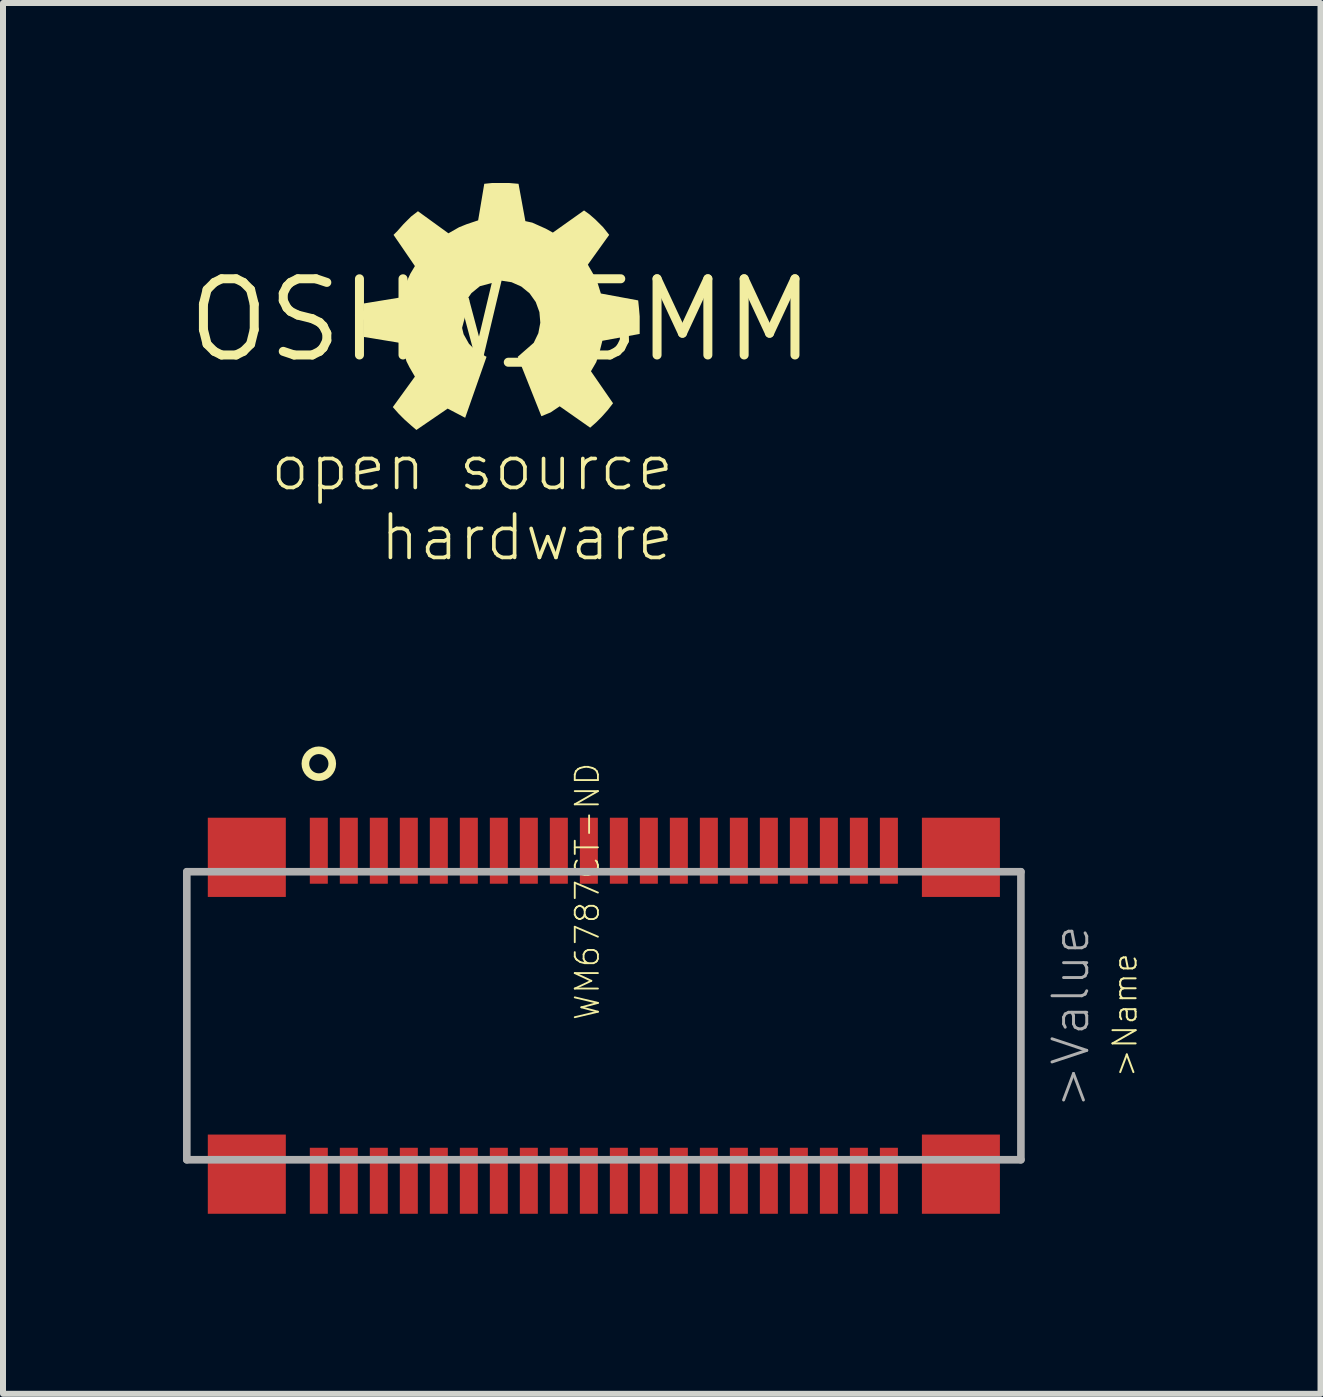
<source format=kicad_pcb>
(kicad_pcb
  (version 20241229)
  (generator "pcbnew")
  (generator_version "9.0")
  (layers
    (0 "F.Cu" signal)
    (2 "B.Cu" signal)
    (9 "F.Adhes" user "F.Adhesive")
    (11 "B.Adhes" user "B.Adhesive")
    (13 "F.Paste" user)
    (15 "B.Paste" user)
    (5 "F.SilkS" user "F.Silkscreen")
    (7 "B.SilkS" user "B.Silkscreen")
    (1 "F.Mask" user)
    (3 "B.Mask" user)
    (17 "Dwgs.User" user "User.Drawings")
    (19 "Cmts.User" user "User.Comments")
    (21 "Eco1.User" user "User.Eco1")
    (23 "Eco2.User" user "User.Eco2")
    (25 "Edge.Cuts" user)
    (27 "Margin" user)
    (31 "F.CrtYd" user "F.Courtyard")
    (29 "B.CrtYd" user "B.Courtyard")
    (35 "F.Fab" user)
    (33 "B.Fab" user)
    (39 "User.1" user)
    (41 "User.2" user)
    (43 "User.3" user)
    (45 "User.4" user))
  (footprint "OSHW_5MM"
    (layer "F.Cu")
    (at 5.299 2.286)
    (property "Reference" "OSHW_5MM" (at 0 0 0) (layer "F.SilkS") (effects (font (size 1.27 1.27) (thickness 0.15))))
    (attr through_hole)
    (fp_poly (pts (xy -0.241 0.61) (xy -0.402 0.522) (xy -0.533 0.394) (xy -0.623 0.234) (xy -0.666 0.056) (xy -0.657 -0.127) (xy -0.598 -0.301) (xy -0.493 -0.451) (xy -0.351 -0.567) (xy 0 -0.66) (xy 0.000001 -0.66) (xy 0.176 -0.633) (xy 0.338 -0.561) (xy 0.476 -0.448) (xy 0.579 -0.303) (xy 0.64 -0.135) (xy 0.655 0.042) (xy 0.622 0.217) (xy 0.545 0.377) (xy 0.279 0.61) (xy 0.673 1.6) (xy 0.826 1.537) (xy 0.978 1.435) (xy 1.486 1.791) (xy 1.587 1.702) (xy 1.676 1.613) (xy 1.778 1.499) (xy 1.867 1.384) (xy 1.499 0.851) (xy 1.587 0.699) (xy 1.638 0.546) (xy 1.689 0.343) (xy 2.311 0.229) (xy 2.311 0.051) (xy 2.311 -0.064) (xy 2.299 -0.203) (xy 2.286 -0.33) (xy 1.664 -0.445) (xy 1.613 -0.61) (xy 1.549 -0.749) (xy 1.46 -0.902) (xy 1.448 -0.927) (xy 1.803 -1.422) (xy 1.702 -1.549) (xy 1.575 -1.676) (xy 1.473 -1.765) (xy 1.384 -1.829) (xy 0.864 -1.46) (xy 0.749 -1.524) (xy 0.635 -1.575) (xy 0.521 -1.626) (xy 0.406 -1.651) (xy 0.292 -2.273) (xy 0.14 -2.286) (xy -0.038 -2.286) (xy -0.152 -2.286) (xy -0.279 -2.273) (xy -0.381 -1.664) (xy -0.572 -1.6) (xy -0.699 -1.549) (xy -0.876 -1.448) (xy -1.384 -1.816) (xy -1.499 -1.727) (xy -1.626 -1.6) (xy -1.727 -1.486) (xy -1.791 -1.422) (xy -1.435 -0.902) (xy -1.511 -0.775) (xy -1.587 -0.61) (xy -1.626 -0.47) (xy -1.664 -0.381) (xy -2.286 -0.279) (xy -2.286 0.279) (xy -1.664 0.381) (xy -1.613 0.559) (xy -1.575 0.686) (xy -1.524 0.787) (xy -1.435 0.94) (xy -1.803 1.448) (xy -1.702 1.562) (xy -1.613 1.651) (xy -1.499 1.753) (xy -1.41 1.829) (xy -0.889 1.473) (xy -0.597 1.626)) (stroke (width 0) (type solid)) (fill yes) (layer "F.SilkS"))
    (fp_text user "open source\n  hardware" (at 2.921 2.032 0) (layer "F.SilkS") (effects (font (size 0.724 0.724) (thickness 0.061)) (justify right top))))
  (footprint "WM6787CT-ND"
    (layer "F.Cu")
    (at 6.963 13.977)
    (property "Reference" "WM6787CT-ND" (at 0 0 270) (layer "F.SilkS") (effects (font (size 0.386 0.386) (thickness 0.031)) (justify left bottom)))
    (attr through_hole)
    (fp_circle (center -4.7 -4.3) (end -4.476 -4.3) (stroke (width 0.127) (type solid)) (fill no) (layer "F.SilkS"))
    (fp_line (start -6.9 -2.5) (end -6.9 2.3) (stroke (width 0.127) (type solid)) (layer "F.Fab"))
    (fp_line (start -6.9 2.3) (end 7 2.3) (stroke (width 0.127) (type solid)) (layer "F.Fab"))
    (fp_line (start 7 -2.5) (end -6.9 -2.5) (stroke (width 0.127) (type solid)) (layer "F.Fab"))
    (fp_line (start 7 2.3) (end 7 -2.5) (stroke (width 0.127) (type solid)) (layer "F.Fab"))
    (fp_text user ">Name" (at 8.509 -1.168 90) (layer "F.SilkS") (effects (font (size 0.386 0.386) (thickness 0.033)) (justify right top)))
    (fp_text user ">Value" (at 7.493 -1.651 90) (layer "F.Fab") (effects (font (size 0.579 0.579) (thickness 0.049)) (justify right top)))
    (pad "P$1" smd rect (at -4.7 -2.85 90) (size 1.1 0.3) (layers "F.Cu" "F.Mask" "F.Paste"))
    (pad "P$2" smd rect (at -4.7 2.65 90) (size 1.1 0.3) (layers "F.Cu" "F.Mask" "F.Paste"))
    (pad "P$3" smd rect (at -4.2 -2.85 90) (size 1.1 0.3) (layers "F.Cu" "F.Mask" "F.Paste"))
    (pad "P$4" smd rect (at -4.2 2.65 90) (size 1.1 0.3) (layers "F.Cu" "F.Mask" "F.Paste"))
    (pad "P$5" smd rect (at -3.7 -2.85 90) (size 1.1 0.3) (layers "F.Cu" "F.Mask" "F.Paste"))
    (pad "P$6" smd rect (at -3.7 2.65 90) (size 1.1 0.3) (layers "F.Cu" "F.Mask" "F.Paste"))
    (pad "P$7" smd rect (at -3.2 -2.85 90) (size 1.1 0.3) (layers "F.Cu" "F.Mask" "F.Paste"))
    (pad "P$8" smd rect (at -3.2 2.65 90) (size 1.1 0.3) (layers "F.Cu" "F.Mask" "F.Paste"))
    (pad "P$9" smd rect (at -2.7 -2.85 90) (size 1.1 0.3) (layers "F.Cu" "F.Mask" "F.Paste"))
    (pad "P$10" smd rect (at -2.7 2.65 90) (size 1.1 0.3) (layers "F.Cu" "F.Mask" "F.Paste"))
    (pad "P$11" smd rect (at -2.2 -2.85 90) (size 1.1 0.3) (layers "F.Cu" "F.Mask" "F.Paste"))
    (pad "P$12" smd rect (at -2.2 2.65 90) (size 1.1 0.3) (layers "F.Cu" "F.Mask" "F.Paste"))
    (pad "P$13" smd rect (at -1.7 -2.85 90) (size 1.1 0.3) (layers "F.Cu" "F.Mask" "F.Paste"))
    (pad "P$14" smd rect (at -1.7 2.65 90) (size 1.1 0.3) (layers "F.Cu" "F.Mask" "F.Paste"))
    (pad "P$15" smd rect (at -1.2 -2.85 90) (size 1.1 0.3) (layers "F.Cu" "F.Mask" "F.Paste"))
    (pad "P$16" smd rect (at -1.2 2.65 90) (size 1.1 0.3) (layers "F.Cu" "F.Mask" "F.Paste"))
    (pad "P$17" smd rect (at -0.7 -2.85 90) (size 1.1 0.3) (layers "F.Cu" "F.Mask" "F.Paste"))
    (pad "P$18" smd rect (at -0.7 2.65 90) (size 1.1 0.3) (layers "F.Cu" "F.Mask" "F.Paste"))
    (pad "P$19" smd rect (at -0.2 -2.85 90) (size 1.1 0.3) (layers "F.Cu" "F.Mask" "F.Paste"))
    (pad "P$20" smd rect (at -0.2 2.65 90) (size 1.1 0.3) (layers "F.Cu" "F.Mask" "F.Paste"))
    (pad "P$21" smd rect (at 0.3 -2.85 90) (size 1.1 0.3) (layers "F.Cu" "F.Mask" "F.Paste"))
    (pad "P$22" smd rect (at 0.3 2.65 90) (size 1.1 0.3) (layers "F.Cu" "F.Mask" "F.Paste"))
    (pad "P$23" smd rect (at 0.8 -2.85 90) (size 1.1 0.3) (layers "F.Cu" "F.Mask" "F.Paste"))
    (pad "P$24" smd rect (at 0.8 2.65 90) (size 1.1 0.3) (layers "F.Cu" "F.Mask" "F.Paste"))
    (pad "P$25" smd rect (at 1.3 -2.85 90) (size 1.1 0.3) (layers "F.Cu" "F.Mask" "F.Paste"))
    (pad "P$26" smd rect (at 1.3 2.65 90) (size 1.1 0.3) (layers "F.Cu" "F.Mask" "F.Paste"))
    (pad "P$27" smd rect (at 1.8 -2.85 90) (size 1.1 0.3) (layers "F.Cu" "F.Mask" "F.Paste"))
    (pad "P$28" smd rect (at 1.8 2.65 90) (size 1.1 0.3) (layers "F.Cu" "F.Mask" "F.Paste"))
    (pad "P$29" smd rect (at 2.3 -2.85 90) (size 1.1 0.3) (layers "F.Cu" "F.Mask" "F.Paste"))
    (pad "P$30" smd rect (at 2.3 2.65 90) (size 1.1 0.3) (layers "F.Cu" "F.Mask" "F.Paste"))
    (pad "P$31" smd rect (at 2.8 -2.85 90) (size 1.1 0.3) (layers "F.Cu" "F.Mask" "F.Paste"))
    (pad "P$32" smd rect (at 2.8 2.65 90) (size 1.1 0.3) (layers "F.Cu" "F.Mask" "F.Paste"))
    (pad "P$33" smd rect (at 3.3 -2.85 90) (size 1.1 0.3) (layers "F.Cu" "F.Mask" "F.Paste"))
    (pad "P$34" smd rect (at 3.3 2.65 90) (size 1.1 0.3) (layers "F.Cu" "F.Mask" "F.Paste"))
    (pad "P$35" smd rect (at 3.8 -2.85 90) (size 1.1 0.3) (layers "F.Cu" "F.Mask" "F.Paste"))
    (pad "P$36" smd rect (at 3.8 2.65 90) (size 1.1 0.3) (layers "F.Cu" "F.Mask" "F.Paste"))
    (pad "P$37" smd rect (at 4.3 -2.85 90) (size 1.1 0.3) (layers "F.Cu" "F.Mask" "F.Paste"))
    (pad "P$38" smd rect (at 4.3 2.65 90) (size 1.1 0.3) (layers "F.Cu" "F.Mask" "F.Paste"))
    (pad "P$39" smd rect (at 4.8 -2.85 90) (size 1.1 0.3) (layers "F.Cu" "F.Mask" "F.Paste"))
    (pad "P$40" smd rect (at 4.8 2.65 90) (size 1.1 0.3) (layers "F.Cu" "F.Mask" "F.Paste"))
    (pad "P$41" smd rect (at -5.9 -2.74 90) (size 1.32 1.3) (layers "F.Cu" "F.Mask" "F.Paste"))
    (pad "P$42" smd rect (at -5.9 2.54 90) (size 1.32 1.3) (layers "F.Cu" "F.Mask" "F.Paste"))
    (pad "P$43" smd rect (at 6 -2.74 270) (size 1.32 1.3) (layers "F.Cu" "F.Mask" "F.Paste"))
    (pad "P$44" smd rect (at 6 2.54 90) (size 1.32 1.3) (layers "F.Cu" "F.Mask" "F.Paste")))
  (gr_rect
    (start -3 -3)
    (end 18.956 20.177)
    (stroke (width 0.1) (type default))
    (fill no)
    (layer "Edge.Cuts")))
</source>
